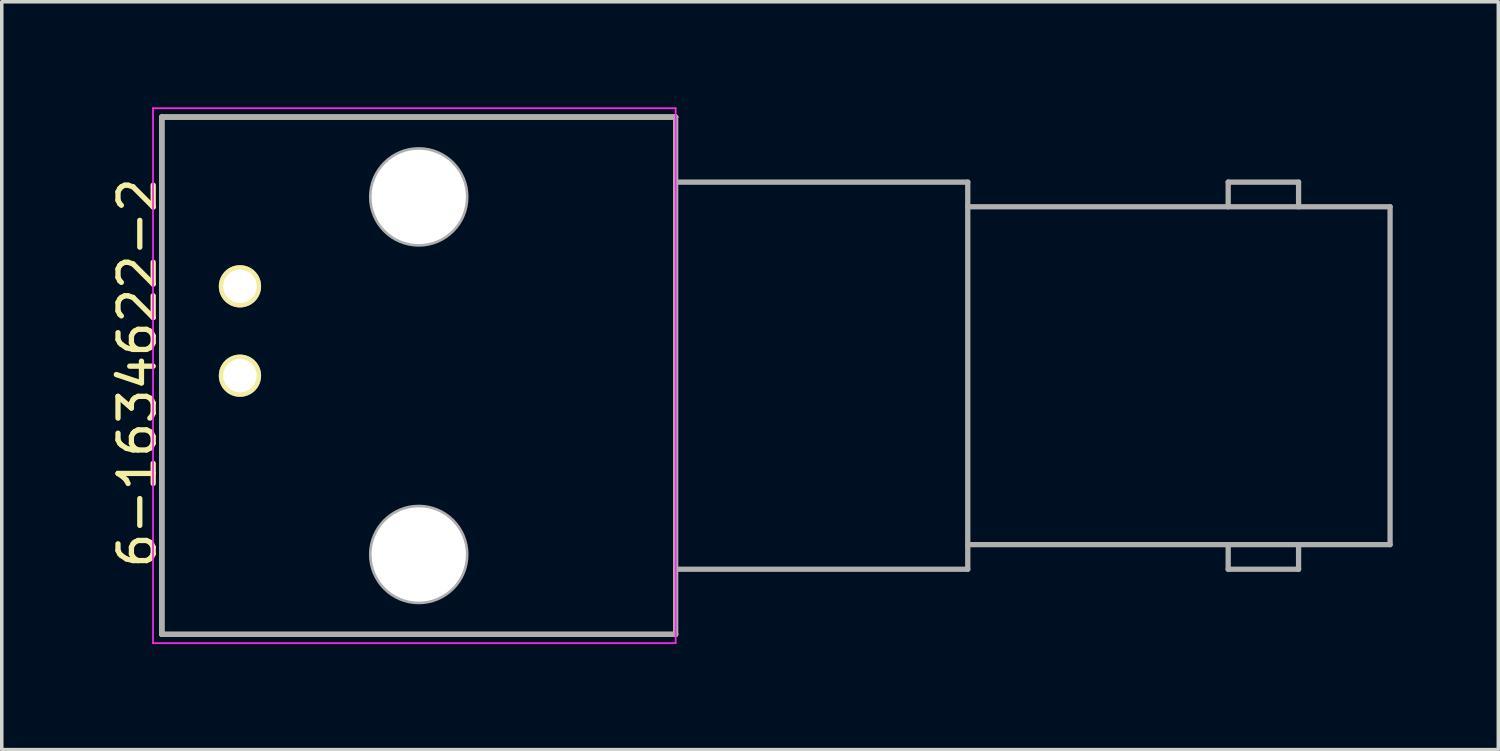
<source format=kicad_pcb>
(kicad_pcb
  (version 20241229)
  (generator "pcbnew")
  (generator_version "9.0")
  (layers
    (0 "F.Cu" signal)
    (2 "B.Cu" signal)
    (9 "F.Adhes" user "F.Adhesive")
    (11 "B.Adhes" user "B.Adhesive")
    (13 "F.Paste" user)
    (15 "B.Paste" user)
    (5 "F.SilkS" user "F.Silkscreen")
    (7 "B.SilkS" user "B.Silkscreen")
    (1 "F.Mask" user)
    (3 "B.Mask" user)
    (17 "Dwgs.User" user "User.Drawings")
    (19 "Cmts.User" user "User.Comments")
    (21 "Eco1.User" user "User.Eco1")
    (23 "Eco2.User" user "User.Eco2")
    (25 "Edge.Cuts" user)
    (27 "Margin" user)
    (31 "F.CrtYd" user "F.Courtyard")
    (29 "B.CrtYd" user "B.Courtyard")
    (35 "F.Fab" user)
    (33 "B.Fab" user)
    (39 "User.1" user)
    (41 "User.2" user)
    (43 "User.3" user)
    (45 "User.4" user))
  (footprint "6-1634622-2"
    (layer "F.Cu")
    (at 8.848 7.625)
    (property "Reference" "6-1634622-2" (at -8 -0.08 90) (layer "F.SilkS") (effects (font (size 1 1) (thickness 0.15))))
    (attr through_hole)
    (fp_line (start -7.3 -7.35) (end -7.3 7.35) (stroke (width 0.15) (type solid)) (layer "F.SilkS"))
    (fp_line (start -7.3 -7.35) (end 7.3 -7.35) (stroke (width 0.15) (type solid)) (layer "F.SilkS"))
    (fp_line (start -7.3 7.35) (end 7.3 7.35) (stroke (width 0.15) (type solid)) (layer "F.SilkS"))
    (fp_line (start -7.55 -7.6) (end -7.55 7.6) (stroke (width 0.05) (type solid)) (layer "F.CrtYd"))
    (fp_line (start -7.55 7.6) (end 7.3 7.6) (stroke (width 0.05) (type solid)) (layer "F.CrtYd"))
    (fp_line (start 7.3 -7.6) (end -7.55 -7.6) (stroke (width 0.05) (type solid)) (layer "F.CrtYd"))
    (fp_line (start 7.3 7.6) (end 7.3 -7.6) (stroke (width 0.05) (type solid)) (layer "F.CrtYd"))
    (fp_line (start -7.3 -7.35) (end -7.3 7.35) (stroke (width 0.15) (type solid)) (layer "F.Fab"))
    (fp_line (start -7.3 7.35) (end 7.3 7.35) (stroke (width 0.15) (type solid)) (layer "F.Fab"))
    (fp_line (start 7.3 -7.35) (end -7.3 -7.35) (stroke (width 0.15) (type solid)) (layer "F.Fab"))
    (fp_line (start 7.3 -7.35) (end 7.3 7.35) (stroke (width 0.15) (type solid)) (layer "F.Fab"))
    (fp_line (start 15.6 -5.5) (end 7.3 -5.5) (stroke (width 0.15) (type solid)) (layer "F.Fab"))
    (fp_line (start 15.6 -5.5) (end 15.6 5.5) (stroke (width 0.15) (type solid)) (layer "F.Fab"))
    (fp_line (start 15.6 -4.8) (end 27.6 -4.8) (stroke (width 0.15) (type solid)) (layer "F.Fab"))
    (fp_line (start 15.6 4.8) (end 27.6 4.8) (stroke (width 0.15) (type solid)) (layer "F.Fab"))
    (fp_line (start 15.6 5.5) (end 7.3 5.5) (stroke (width 0.15) (type solid)) (layer "F.Fab"))
    (fp_line (start 23 -5.5) (end 25 -5.5) (stroke (width 0.15) (type solid)) (layer "F.Fab"))
    (fp_line (start 23 -4.8) (end 23 -5.5) (stroke (width 0.15) (type solid)) (layer "F.Fab"))
    (fp_line (start 23 4.8) (end 23 5.5) (stroke (width 0.15) (type solid)) (layer "F.Fab"))
    (fp_line (start 23 5.5) (end 25 5.5) (stroke (width 0.15) (type solid)) (layer "F.Fab"))
    (fp_line (start 25 -5.5) (end 25 -4.8) (stroke (width 0.15) (type solid)) (layer "F.Fab"))
    (fp_line (start 25 5.5) (end 25 4.8) (stroke (width 0.15) (type solid)) (layer "F.Fab"))
    (fp_line (start 27.6 -4.8) (end 27.6 4.8) (stroke (width 0.15) (type solid)) (layer "F.Fab"))
    (fp_circle (center 0 -5.08) (end 0 -3.74) (stroke (width 0.15) (type solid)) (fill no) (layer "F.Fab"))
    (fp_circle (center 0 5.08) (end 0 3.74) (stroke (width 0.15) (type solid)) (fill no) (layer "F.Fab"))
    (pad "" np_thru_hole circle (at 0 -5.08) (size 2.68 2.68) (drill 2.68) (layers "*.Cu" "*.Mask" "F.SilkS"))
    (pad "" np_thru_hole circle (at 0 5.08) (size 2.68 2.68) (drill 2.68) (layers "*.Cu" "*.Mask" "F.SilkS"))
    (pad "1" thru_hole circle (at -5.08 0) (size 1.2 1.2) (drill 0.95) (layers "*.Cu" "*.Mask" "F.SilkS"))
    (pad "2" thru_hole circle (at -5.08 -2.54) (size 1.2 1.2) (drill 0.95) (layers "*.Cu" "*.Mask" "F.SilkS")))
  (gr_rect
    (start -3 -3)
    (end 39.523 18.25)
    (stroke (width 0.1) (type default))
    (fill no)
    (layer "Edge.Cuts")))
</source>
